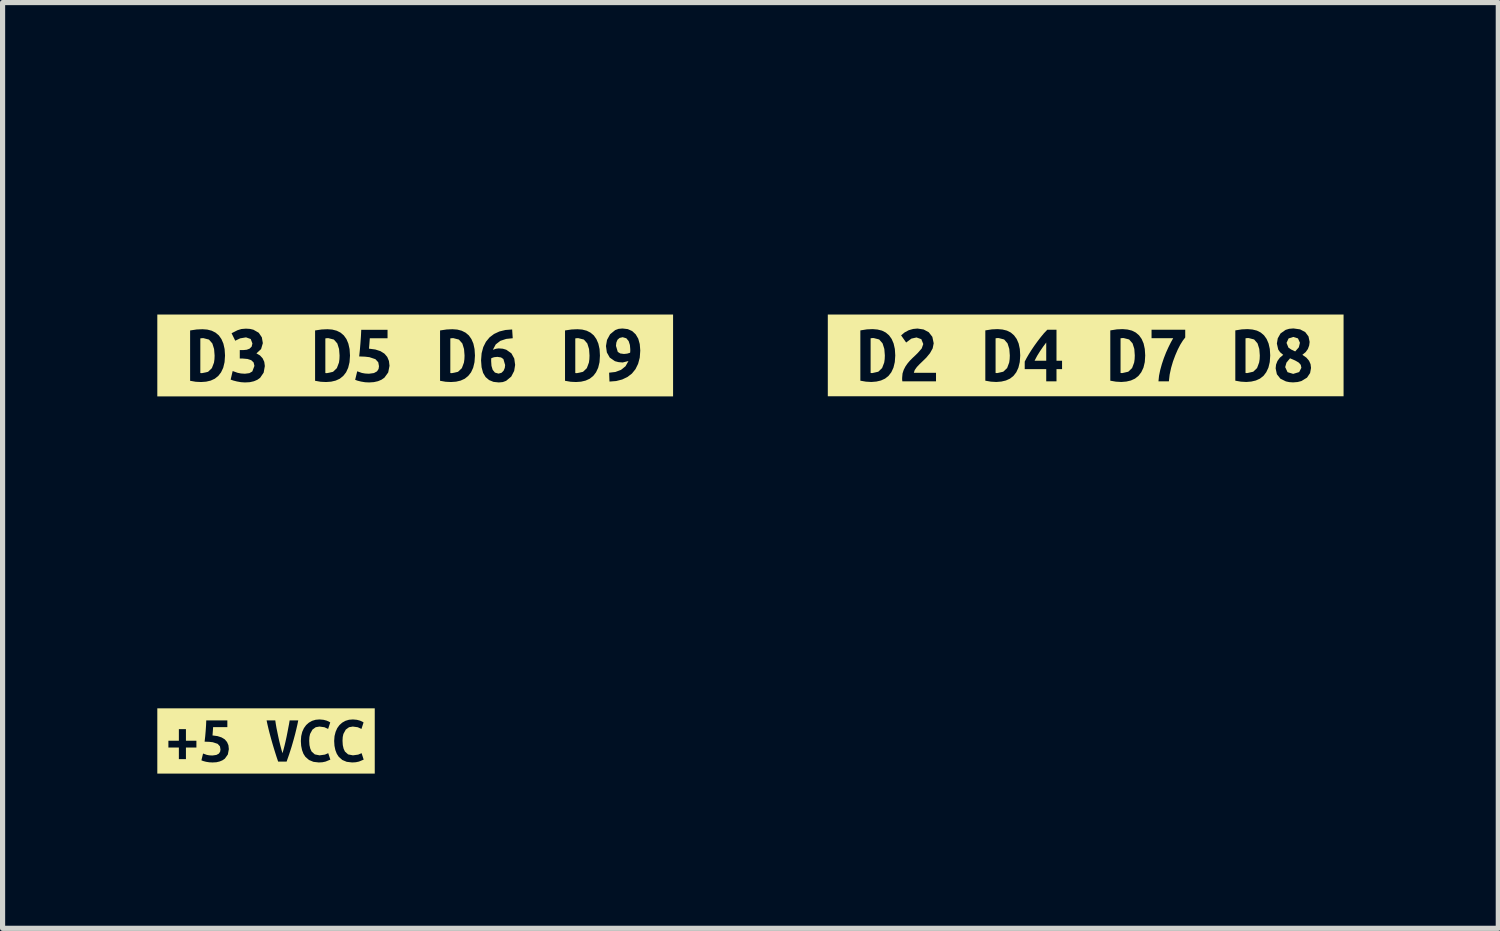
<source format=kicad_pcb>
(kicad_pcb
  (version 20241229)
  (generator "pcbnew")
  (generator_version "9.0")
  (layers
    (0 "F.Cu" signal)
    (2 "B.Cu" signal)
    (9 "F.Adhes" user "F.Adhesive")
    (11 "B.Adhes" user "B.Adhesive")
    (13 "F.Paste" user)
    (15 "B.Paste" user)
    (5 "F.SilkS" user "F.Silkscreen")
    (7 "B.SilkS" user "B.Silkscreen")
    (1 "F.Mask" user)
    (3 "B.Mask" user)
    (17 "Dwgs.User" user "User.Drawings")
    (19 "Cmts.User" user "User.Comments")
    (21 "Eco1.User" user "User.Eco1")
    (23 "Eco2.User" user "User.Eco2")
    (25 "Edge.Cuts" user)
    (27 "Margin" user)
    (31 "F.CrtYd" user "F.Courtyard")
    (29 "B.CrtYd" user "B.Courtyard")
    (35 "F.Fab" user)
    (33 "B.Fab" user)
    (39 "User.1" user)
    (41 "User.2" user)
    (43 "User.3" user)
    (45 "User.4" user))
  (footprint "kibuzzard-67A1FC29"
    (layer "F.Cu")
    (at 5 3.842)
    (property "Reference" "kibuzzard-67A1FC29" (at 0 -3.841 0) (layer "F.SilkS") (effects (font (size 0.001 0.001) (thickness 0.15))))
    (attr board_only exclude_from_pos_files exclude_from_bom)
    (fp_poly (pts (xy -4.166 0.341) (xy -4.148 0.342) (xy -4.13 0.342) (xy -4.016 0.317) (xy -3.942 0.246) (xy -3.901 0.138) (xy -3.892 0.073) (xy -3.889 0.002) (xy -3.899 -0.124) (xy -3.933 -0.233) (xy -3.999 -0.308) (xy -4.107 -0.336) (xy -4.137 -0.335) (xy -4.166 -0.331) (xy -4.166 0.341)) (stroke (width 0) (type solid)) (fill yes) (layer "F.SilkS"))
    (fp_poly (pts (xy -1.742 0.341) (xy -1.725 0.342) (xy -1.707 0.342) (xy -1.593 0.317) (xy -1.519 0.246) (xy -1.478 0.138) (xy -1.469 0.073) (xy -1.466 0.002) (xy -1.476 -0.124) (xy -1.51 -0.233) (xy -1.576 -0.308) (xy -1.684 -0.336) (xy -1.713 -0.335) (xy -1.742 -0.331) (xy -1.742 0.341)) (stroke (width 0) (type solid)) (fill yes) (layer "F.SilkS"))
    (fp_poly (pts (xy 0.681 0.341) (xy 0.699 0.342) (xy 0.716 0.342) (xy 0.83 0.317) (xy 0.905 0.246) (xy 0.945 0.138) (xy 0.954 0.073) (xy 0.957 0.002) (xy 0.947 -0.124) (xy 0.914 -0.233) (xy 0.847 -0.308) (xy 0.739 -0.336) (xy 0.71 -0.335) (xy 0.681 -0.331) (xy 0.681 0.341)) (stroke (width 0) (type solid)) (fill yes) (layer "F.SilkS"))
    (fp_poly (pts (xy 3.104 0.341) (xy 3.122 0.342) (xy 3.14 0.342) (xy 3.254 0.317) (xy 3.328 0.246) (xy 3.368 0.138) (xy 3.377 0.073) (xy 3.38 0.002) (xy 3.371 -0.124) (xy 3.337 -0.233) (xy 3.271 -0.308) (xy 3.162 -0.336) (xy 3.133 -0.335) (xy 3.104 -0.331) (xy 3.104 0.341)) (stroke (width 0) (type solid)) (fill yes) (layer "F.SilkS"))
    (fp_poly (pts (xy 1.592 0.027) (xy 1.529 0.034) (xy 1.476 0.052) (xy 1.473 0.081) (xy 1.473 0.111) (xy 1.479 0.201) (xy 1.502 0.278) (xy 1.546 0.332) (xy 1.616 0.352) (xy 1.674 0.336) (xy 1.714 0.296) (xy 1.737 0.242) (xy 1.744 0.186) (xy 1.71 0.069) (xy 1.664 0.038) (xy 1.592 0.027)) (stroke (width 0) (type solid)) (fill yes) (layer "F.SilkS"))
    (fp_poly (pts (xy 4.048 -0.029) (xy 4.112 -0.036) (xy 4.167 -0.053) (xy 4.17 -0.085) (xy 4.17 -0.121) (xy 4.163 -0.203) (xy 4.139 -0.278) (xy 4.094 -0.333) (xy 4.023 -0.354) (xy 3.963 -0.34) (xy 3.922 -0.304) (xy 3.9 -0.25) (xy 3.893 -0.186) (xy 3.928 -0.069) (xy 3.976 -0.039) (xy 4.048 -0.029)) (stroke (width 0) (type solid)) (fill yes) (layer "F.SilkS"))
    (fp_poly (pts (xy -5 -0.793) (xy -5 -0.793) (xy -5 0.793) (xy -5 0.793) (xy -4.151 0.793) (xy -4.151 0.515) (xy -4.255 0.51) (xy -4.364 0.491) (xy -4.364 -0.485) (xy -4.237 -0.504) (xy -4.125 -0.509) (xy -4.031 -0.502) (xy -3.945 -0.48) (xy -3.87 -0.442) (xy -3.807 -0.389) (xy -3.757 -0.318) (xy -3.719 -0.23) (xy -3.695 -0.124) (xy -3.687 0.002) (xy -3.696 0.13) (xy -3.722 0.238) (xy -3.764 0.327) (xy -3.818 0.397) (xy -3.886 0.451) (xy -3.964 0.487) (xy -4.054 0.508) (xy -4.151 0.515) (xy -4.151 0.793) (xy -3.3 0.793) (xy -3.3 0.523) (xy -3.378 0.518) (xy -3.457 0.504) (xy -3.527 0.486) (xy -3.578 0.468) (xy -3.539 0.302) (xy -3.443 0.336) (xy -3.378 0.349) (xy -3.301 0.354) (xy -3.215 0.343) (xy -3.158 0.31) (xy -3.117 0.202) (xy -3.133 0.135) (xy -3.18 0.091) (xy -3.252 0.068) (xy -3.34 0.06) (xy -3.401 0.06) (xy -3.401 -0.105) (xy -3.327 -0.105) (xy -3.266 -0.111) (xy -3.211 -0.132) (xy -3.171 -0.171) (xy -3.156 -0.233) (xy -3.189 -0.319) (xy -3.28 -0.351) (xy -3.393 -0.332) (xy -3.489 -0.286) (xy -3.56 -0.431) (xy -3.444 -0.49) (xy -3.368 -0.513) (xy -3.282 -0.52) (xy -3.203 -0.515) (xy -3.136 -0.499) (xy -3.033 -0.44) (xy -2.973 -0.351) (xy -2.954 -0.239) (xy -2.988 -0.124) (xy -3.078 -0.04) (xy -3.009 -0.000404) (xy -2.958 0.055) (xy -2.926 0.124) (xy -2.915 0.205) (xy -2.938 0.333) (xy -3.007 0.434) (xy -3.061 0.472) (xy -3.127 0.5) (xy -3.206 0.518) (xy -3.3 0.523) (xy -3.3 0.793) (xy -1.728 0.793) (xy -1.728 0.515) (xy -1.832 0.51) (xy -1.941 0.491) (xy -1.941 -0.485) (xy -1.813 -0.504) (xy -1.702 -0.509) (xy -1.608 -0.502) (xy -1.522 -0.48) (xy -1.446 -0.442) (xy -1.384 -0.389) (xy -1.333 -0.318) (xy -1.296 -0.23) (xy -1.272 -0.124) (xy -1.264 0.002) (xy -1.273 0.13) (xy -1.299 0.238) (xy -1.34 0.327) (xy -1.395 0.397) (xy -1.462 0.451) (xy -1.541 0.487) (xy -1.63 0.508) (xy -1.728 0.515) (xy -1.728 0.793) (xy -0.894 0.793) (xy -0.894 0.523) (xy -0.973 0.519) (xy -1.051 0.506) (xy -1.118 0.489) (xy -1.164 0.472) (xy -1.124 0.307) (xy -1.033 0.339) (xy -0.971 0.35) (xy -0.896 0.354) (xy -0.8 0.341) (xy -0.74 0.308) (xy -0.71 0.262) (xy -0.702 0.208) (xy -0.716 0.132) (xy -0.771 0.072) (xy -0.888 0.033) (xy -0.975 0.023) (xy -1.086 0.019) (xy -1.072 -0.115) (xy -1.061 -0.246) (xy -1.052 -0.374) (xy -1.046 -0.498) (xy -0.536 -0.498) (xy -0.536 -0.333) (xy -0.88 -0.333) (xy -0.888 -0.225) (xy -0.896 -0.132) (xy -0.774 -0.116) (xy -0.674 -0.084) (xy -0.597 -0.036) (xy -0.542 0.028) (xy -0.509 0.107) (xy -0.498 0.2) (xy -0.523 0.329) (xy -0.597 0.431) (xy -0.653 0.47) (xy -0.721 0.499) (xy -0.802 0.517) (xy -0.894 0.523) (xy -0.894 0.793) (xy 0.695 0.793) (xy 0.695 0.515) (xy 0.591 0.51) (xy 0.482 0.491) (xy 0.482 -0.485) (xy 0.61 -0.504) (xy 0.721 -0.509) (xy 0.816 -0.502) (xy 0.901 -0.48) (xy 0.977 -0.442) (xy 1.04 -0.389) (xy 1.09 -0.318) (xy 1.128 -0.23) (xy 1.151 -0.124) (xy 1.159 0.002) (xy 1.15 0.13) (xy 1.124 0.238) (xy 1.083 0.327) (xy 1.028 0.397) (xy 0.961 0.451) (xy 0.882 0.487) (xy 0.793 0.508) (xy 0.695 0.515) (xy 0.695 0.793) (xy 1.621 0.793) (xy 1.621 0.523) (xy 1.518 0.512) (xy 1.433 0.477) (xy 1.365 0.419) (xy 1.316 0.337) (xy 1.287 0.228) (xy 1.277 0.094) (xy 1.288 -0.043) (xy 1.32 -0.163) (xy 1.372 -0.266) (xy 1.442 -0.351) (xy 1.529 -0.417) (xy 1.632 -0.465) (xy 1.75 -0.494) (xy 1.88 -0.504) (xy 1.891 -0.334) (xy 1.765 -0.321) (xy 1.652 -0.284) (xy 1.562 -0.215) (xy 1.506 -0.11) (xy 1.566 -0.13) (xy 1.618 -0.137) (xy 1.699 -0.131) (xy 1.766 -0.111) (xy 1.865 -0.042) (xy 1.921 0.06) (xy 1.938 0.183) (xy 1.919 0.3) (xy 1.862 0.41) (xy 1.763 0.492) (xy 1.698 0.516) (xy 1.621 0.523) (xy 1.621 0.793) (xy 3.119 0.793) (xy 3.119 0.515) (xy 3.015 0.51) (xy 2.905 0.491) (xy 2.905 -0.485) (xy 3.033 -0.504) (xy 3.145 -0.509) (xy 3.239 -0.502) (xy 3.325 -0.48) (xy 3.4 -0.442) (xy 3.463 -0.389) (xy 3.513 -0.318) (xy 3.551 -0.23) (xy 3.575 -0.124) (xy 3.582 0.002) (xy 3.574 0.13) (xy 3.548 0.238) (xy 3.506 0.327) (xy 3.452 0.397) (xy 3.384 0.451) (xy 3.305 0.487) (xy 3.216 0.508) (xy 3.119 0.515) (xy 3.119 0.793) (xy 3.767 0.793) (xy 3.767 0.506) (xy 3.76 0.334) (xy 3.882 0.32) (xy 3.991 0.279) (xy 4.078 0.209) (xy 4.135 0.108) (xy 4.022 0.136) (xy 3.941 0.129) (xy 3.873 0.111) (xy 3.773 0.042) (xy 3.716 -0.059) (xy 3.699 -0.183) (xy 3.719 -0.301) (xy 3.779 -0.411) (xy 3.878 -0.492) (xy 3.943 -0.516) (xy 4.019 -0.523) (xy 4.122 -0.511) (xy 4.207 -0.473) (xy 4.275 -0.41) (xy 4.325 -0.325) (xy 4.354 -0.22) (xy 4.364 -0.095) (xy 4.354 0.042) (xy 4.322 0.162) (xy 4.271 0.266) (xy 4.202 0.351) (xy 4.116 0.417) (xy 4.013 0.466) (xy 3.896 0.496) (xy 3.767 0.506) (xy 3.767 0.793) (xy 5 0.793) (xy 5 0.793) (xy 5 -0.793) (xy 5 -0.793) (xy -5 -0.793)) (stroke (width 0) (type solid)) (fill yes) (layer "F.SilkS")))
  (footprint "kibuzzard-67A122A3"
    (layer "F.Cu")
    (at 2.108 11.316)
    (property "Reference" "kibuzzard-67A122A3" (at 0 -3.681 0) (layer "F.SilkS") (effects (font (size 0.001 0.001) (thickness 0.15))))
    (attr board_only exclude_from_pos_files exclude_from_bom)
    (fp_poly (pts (xy -1.893 -0.633) (xy -2.108 -0.633) (xy -2.108 0.633) (xy -1.893 0.633) (xy -1.553 0.633) (xy -1.553 0.352) (xy -1.69 0.352) (xy -1.69 0.127) (xy -1.893 0.127) (xy -1.893 -0.004) (xy -1.69 -0.004) (xy -1.69 -0.229) (xy -1.553 -0.229) (xy -1.553 -0.004) (xy -1.35 -0.004) (xy -1.35 0.127) (xy -1.553 0.127) (xy -1.553 0.352) (xy -1.553 0.633) (xy -1.037 0.633) (xy -1.037 0.417) (xy -1.1 0.414) (xy -1.163 0.404) (xy -1.216 0.39) (xy -1.253 0.376) (xy -1.221 0.244) (xy -1.148 0.27) (xy -1.099 0.279) (xy -1.038 0.282) (xy -0.962 0.271) (xy -0.914 0.245) (xy -0.89 0.208) (xy -0.883 0.165) (xy -0.894 0.104) (xy -0.938 0.056) (xy -1.032 0.025) (xy -1.102 0.017) (xy -1.191 0.014) (xy -1.179 -0.093) (xy -1.17 -0.198) (xy -1.163 -0.301) (xy -1.159 -0.399) (xy -0.75 -0.399) (xy -0.75 -0.268) (xy -1.026 -0.268) (xy -1.032 -0.181) (xy -1.038 -0.107) (xy -0.941 -0.094) (xy -0.861 -0.068) (xy -0.799 -0.03) (xy -0.756 0.021) (xy -0.729 0.084) (xy -0.721 0.159) (xy -0.74 0.262) (xy -0.799 0.344) (xy -0.844 0.375) (xy -0.899 0.398) (xy -0.963 0.413) (xy -1.037 0.417) (xy -1.037 0.633) (xy 0.235 0.633) (xy 0.235 0.401) (xy 0.203 0.306) (xy 0.169 0.199) (xy 0.146 0.124) (xy 0.124 0.049) (xy 0.103 -0.025) (xy 0.083 -0.098) (xy 0.064 -0.169) (xy 0.047 -0.237) (xy 0.026 -0.327) (xy 0.011 -0.399) (xy 0.179 -0.399) (xy 0.189 -0.332) (xy 0.202 -0.255) (xy 0.219 -0.172) (xy 0.237 -0.086) (xy 0.256 0.001) (xy 0.277 0.086) (xy 0.298 0.166) (xy 0.319 0.238) (xy 0.339 0.167) (xy 0.36 0.087) (xy 0.38 0.002) (xy 0.399 -0.085) (xy 0.416 -0.171) (xy 0.432 -0.255) (xy 0.447 -0.332) (xy 0.458 -0.399) (xy 0.625 -0.399) (xy 0.608 -0.317) (xy 0.587 -0.226) (xy 0.563 -0.128) (xy 0.535 -0.025) (xy 0.515 0.045) (xy 0.494 0.117) (xy 0.471 0.189) (xy 0.448 0.261) (xy 0.423 0.332) (xy 0.399 0.401) (xy 0.235 0.401) (xy 0.235 0.633) (xy 1.023 0.633) (xy 1.023 0.417) (xy 0.919 0.405) (xy 0.833 0.369) (xy 0.764 0.309) (xy 0.725 0.249) (xy 0.698 0.177) (xy 0.681 0.094) (xy 0.675 0) (xy 0.682 -0.094) (xy 0.702 -0.177) (xy 0.735 -0.249) (xy 0.778 -0.308) (xy 0.831 -0.355) (xy 0.893 -0.39) (xy 0.963 -0.411) (xy 1.038 -0.417) (xy 1.115 -0.41) (xy 1.175 -0.394) (xy 1.219 -0.375) (xy 1.245 -0.359) (xy 1.204 -0.233) (xy 1.132 -0.266) (xy 1.036 -0.279) (xy 0.963 -0.266) (xy 0.9 -0.22) (xy 0.854 -0.136) (xy 0.841 -0.076) (xy 0.837 -0.004) (xy 0.842 0.08) (xy 0.858 0.15) (xy 0.884 0.206) (xy 0.946 0.261) (xy 1.038 0.279) (xy 1.141 0.265) (xy 1.206 0.237) (xy 1.247 0.362) (xy 1.155 0.4) (xy 1.094 0.413) (xy 1.023 0.417) (xy 1.023 0.633) (xy 1.669 0.633) (xy 1.669 0.417) (xy 1.565 0.405) (xy 1.479 0.369) (xy 1.411 0.309) (xy 1.372 0.249) (xy 1.344 0.177) (xy 1.327 0.094) (xy 1.321 0) (xy 1.328 -0.094) (xy 1.349 -0.177) (xy 1.381 -0.249) (xy 1.424 -0.308) (xy 1.477 -0.355) (xy 1.539 -0.39) (xy 1.609 -0.411) (xy 1.685 -0.417) (xy 1.762 -0.41) (xy 1.822 -0.394) (xy 1.865 -0.375) (xy 1.891 -0.359) (xy 1.85 -0.233) (xy 1.778 -0.266) (xy 1.682 -0.279) (xy 1.609 -0.266) (xy 1.546 -0.22) (xy 1.5 -0.136) (xy 1.487 -0.076) (xy 1.483 -0.004) (xy 1.488 0.08) (xy 1.504 0.15) (xy 1.53 0.206) (xy 1.592 0.261) (xy 1.685 0.279) (xy 1.787 0.265) (xy 1.853 0.237) (xy 1.893 0.362) (xy 1.802 0.4) (xy 1.74 0.413) (xy 1.669 0.417) (xy 1.669 0.633) (xy 1.893 0.633) (xy 2.108 0.633) (xy 2.108 -0.633) (xy 1.893 -0.633) (xy -1.893 -0.633)) (stroke (width 0) (type solid)) (fill yes) (layer "F.SilkS")))
  (footprint "kibuzzard-67A1FC51"
    (layer "F.Cu")
    (at 18 3.841)
    (property "Reference" "kibuzzard-67A1FC51" (at 0 -3.84 0) (layer "F.SilkS") (effects (font (size 0.001 0.001) (thickness 0.15))))
    (attr board_only exclude_from_pos_files exclude_from_bom)
    (fp_poly (pts (xy -0.765 -0.25) (xy -0.825 -0.17) (xy -0.885 -0.082) (xy -0.943 0.011) (xy -0.991 0.103) (xy -0.765 0.103) (xy -0.765 -0.25)) (stroke (width 0) (type solid)) (fill yes) (layer "F.SilkS"))
    (fp_poly (pts (xy 4.025 -0.358) (xy 3.934 -0.329) (xy 3.894 -0.243) (xy 3.931 -0.151) (xy 3.983 -0.115) (xy 4.062 -0.077) (xy 4.133 -0.158) (xy 4.154 -0.245) (xy 4.116 -0.33) (xy 4.025 -0.358)) (stroke (width 0) (type solid)) (fill yes) (layer "F.SilkS"))
    (fp_poly (pts (xy 4.182 0.24) (xy 4.17 0.183) (xy 4.131 0.139) (xy 4.062 0.099) (xy 3.962 0.056) (xy 3.893 0.139) (xy 3.868 0.227) (xy 3.914 0.325) (xy 4.023 0.358) (xy 4.139 0.323) (xy 4.182 0.24)) (stroke (width 0) (type solid)) (fill yes) (layer "F.SilkS"))
    (fp_poly (pts (xy -4.17 0.34) (xy -4.153 0.342) (xy -4.135 0.342) (xy -4.021 0.316) (xy -3.947 0.245) (xy -3.906 0.137) (xy -3.897 0.072) (xy -3.894 0.001) (xy -3.904 -0.125) (xy -3.938 -0.233) (xy -4.004 -0.309) (xy -4.112 -0.337) (xy -4.141 -0.336) (xy -4.17 -0.332) (xy -4.17 0.34)) (stroke (width 0) (type solid)) (fill yes) (layer "F.SilkS"))
    (fp_poly (pts (xy -1.747 0.34) (xy -1.729 0.342) (xy -1.712 0.342) (xy -1.598 0.316) (xy -1.523 0.245) (xy -1.483 0.137) (xy -1.474 0.072) (xy -1.471 0.001) (xy -1.481 -0.125) (xy -1.515 -0.233) (xy -1.581 -0.309) (xy -1.689 -0.337) (xy -1.718 -0.336) (xy -1.747 -0.332) (xy -1.747 0.34)) (stroke (width 0) (type solid)) (fill yes) (layer "F.SilkS"))
    (fp_poly (pts (xy 0.676 0.34) (xy 0.694 0.342) (xy 0.712 0.342) (xy 0.826 0.316) (xy 0.9 0.245) (xy 0.94 0.137) (xy 0.949 0.072) (xy 0.952 0.001) (xy 0.943 -0.125) (xy 0.909 -0.233) (xy 0.842 -0.309) (xy 0.734 -0.337) (xy 0.705 -0.336) (xy 0.676 -0.332) (xy 0.676 0.34)) (stroke (width 0) (type solid)) (fill yes) (layer "F.SilkS"))
    (fp_poly (pts (xy 3.099 0.34) (xy 3.117 0.342) (xy 3.135 0.342) (xy 3.249 0.316) (xy 3.323 0.245) (xy 3.363 0.137) (xy 3.373 0.072) (xy 3.376 0.001) (xy 3.366 -0.125) (xy 3.332 -0.233) (xy 3.266 -0.309) (xy 3.158 -0.337) (xy 3.128 -0.336) (xy 3.099 -0.332) (xy 3.099 0.34)) (stroke (width 0) (type solid)) (fill yes) (layer "F.SilkS"))
    (fp_poly (pts (xy -5 -0.792) (xy -5 -0.792) (xy -5 0.792) (xy -5 0.792) (xy -4.156 0.792) (xy -4.156 0.515) (xy -4.26 0.509) (xy -4.369 0.49) (xy -4.369 -0.485) (xy -4.242 -0.505) (xy -4.13 -0.51) (xy -4.036 -0.502) (xy -3.95 -0.481) (xy -3.875 -0.443) (xy -3.812 -0.389) (xy -3.762 -0.319) (xy -3.724 -0.231) (xy -3.7 -0.125) (xy -3.692 0.001) (xy -3.701 0.129) (xy -3.727 0.237) (xy -3.768 0.326) (xy -3.823 0.397) (xy -3.89 0.45) (xy -3.969 0.486) (xy -4.058 0.507) (xy -4.156 0.515) (xy -4.156 0.792) (xy -2.902 0.792) (xy -2.902 0.502) (xy -3.555 0.502) (xy -3.559 0.461) (xy -3.558 0.427) (xy -3.551 0.35) (xy -3.528 0.279) (xy -3.494 0.213) (xy -3.452 0.153) (xy -3.405 0.098) (xy -3.354 0.047) (xy -3.303 -0.001) (xy -3.255 -0.048) (xy -3.179 -0.135) (xy -3.149 -0.221) (xy -3.187 -0.315) (xy -3.28 -0.348) (xy -3.379 -0.326) (xy -3.481 -0.25) (xy -3.579 -0.389) (xy -3.509 -0.447) (xy -3.43 -0.489) (xy -3.345 -0.513) (xy -3.261 -0.521) (xy -3.143 -0.503) (xy -3.043 -0.45) (xy -2.973 -0.36) (xy -2.947 -0.235) (xy -2.967 -0.136) (xy -3.019 -0.043) (xy -3.091 0.044) (xy -3.174 0.125) (xy -3.222 0.171) (xy -3.274 0.226) (xy -3.315 0.284) (xy -3.332 0.337) (xy -2.902 0.337) (xy -2.902 0.502) (xy -2.902 0.792) (xy -1.733 0.792) (xy -1.733 0.515) (xy -1.837 0.509) (xy -1.946 0.49) (xy -1.946 -0.485) (xy -1.818 -0.505) (xy -1.707 -0.51) (xy -1.612 -0.502) (xy -1.527 -0.481) (xy -1.451 -0.443) (xy -1.389 -0.389) (xy -1.338 -0.319) (xy -1.3 -0.231) (xy -1.277 -0.125) (xy -1.269 0.001) (xy -1.278 0.129) (xy -1.304 0.237) (xy -1.345 0.326) (xy -1.4 0.397) (xy -1.467 0.45) (xy -1.546 0.486) (xy -1.635 0.507) (xy -1.733 0.515) (xy -1.733 0.792) (xy -0.566 0.792) (xy -0.566 0.502) (xy -0.765 0.502) (xy -0.765 0.266) (xy -1.182 0.266) (xy -1.182 0.12) (xy -1.147 0.053) (xy -1.103 -0.023) (xy -1.052 -0.104) (xy -0.996 -0.187) (xy -0.936 -0.27) (xy -0.873 -0.352) (xy -0.809 -0.43) (xy -0.744 -0.498) (xy -0.566 -0.498) (xy -0.566 0.103) (xy -0.458 0.103) (xy -0.458 0.266) (xy -0.566 0.266) (xy -0.566 0.502) (xy -0.566 0.792) (xy 0.691 0.792) (xy 0.691 0.515) (xy 0.586 0.509) (xy 0.477 0.49) (xy 0.477 -0.485) (xy 0.605 -0.505) (xy 0.716 -0.51) (xy 0.811 -0.502) (xy 0.897 -0.481) (xy 0.972 -0.443) (xy 1.035 -0.389) (xy 1.085 -0.319) (xy 1.123 -0.231) (xy 1.146 -0.125) (xy 1.154 0.001) (xy 1.146 0.129) (xy 1.12 0.237) (xy 1.078 0.326) (xy 1.023 0.397) (xy 0.956 0.45) (xy 0.877 0.486) (xy 0.788 0.507) (xy 0.691 0.515) (xy 0.691 0.792) (xy 1.411 0.792) (xy 1.411 0.502) (xy 1.422 0.395) (xy 1.445 0.283) (xy 1.477 0.168) (xy 1.515 0.054) (xy 1.558 -0.056) (xy 1.605 -0.16) (xy 1.652 -0.254) (xy 1.697 -0.334) (xy 1.277 -0.334) (xy 1.277 -0.498) (xy 1.93 -0.498) (xy 1.93 -0.348) (xy 1.884 -0.288) (xy 1.834 -0.208) (xy 1.784 -0.111) (xy 1.737 -0.002) (xy 1.693 0.116) (xy 1.656 0.242) (xy 1.628 0.372) (xy 1.613 0.502) (xy 1.411 0.502) (xy 1.411 0.792) (xy 3.114 0.792) (xy 3.114 0.515) (xy 3.01 0.509) (xy 2.901 0.49) (xy 2.901 -0.485) (xy 3.028 -0.505) (xy 3.14 -0.51) (xy 3.234 -0.502) (xy 3.32 -0.481) (xy 3.395 -0.443) (xy 3.458 -0.389) (xy 3.508 -0.319) (xy 3.546 -0.231) (xy 3.57 -0.125) (xy 3.578 0.001) (xy 3.569 0.129) (xy 3.543 0.237) (xy 3.501 0.326) (xy 3.447 0.397) (xy 3.379 0.45) (xy 3.3 0.486) (xy 3.211 0.507) (xy 3.114 0.515) (xy 3.114 0.792) (xy 4.02 0.792) (xy 4.02 0.523) (xy 3.948 0.518) (xy 3.882 0.504) (xy 3.775 0.451) (xy 3.707 0.365) (xy 3.683 0.251) (xy 3.691 0.178) (xy 3.718 0.108) (xy 3.764 0.045) (xy 3.83 -0.011) (xy 3.77 -0.061) (xy 3.733 -0.114) (xy 3.707 -0.23) (xy 3.724 -0.331) (xy 3.778 -0.426) (xy 3.876 -0.495) (xy 3.945 -0.516) (xy 4.028 -0.523) (xy 4.157 -0.505) (xy 4.257 -0.452) (xy 4.32 -0.368) (xy 4.342 -0.261) (xy 4.333 -0.192) (xy 4.308 -0.124) (xy 4.264 -0.063) (xy 4.201 -0.012) (xy 4.28 0.044) (xy 4.331 0.104) (xy 4.36 0.17) (xy 4.369 0.243) (xy 4.351 0.342) (xy 4.291 0.431) (xy 4.183 0.497) (xy 4.109 0.516) (xy 4.02 0.523) (xy 4.02 0.792) (xy 5 0.792) (xy 5 0.792) (xy 5 -0.792) (xy 5 -0.792) (xy -5 -0.792)) (stroke (width 0) (type solid)) (fill yes) (layer "F.SilkS")))
  (gr_rect
    (start -3 -3)
    (end 26 14.949)
    (stroke (width 0.1) (type default))
    (fill no)
    (layer "Edge.Cuts")))
</source>
